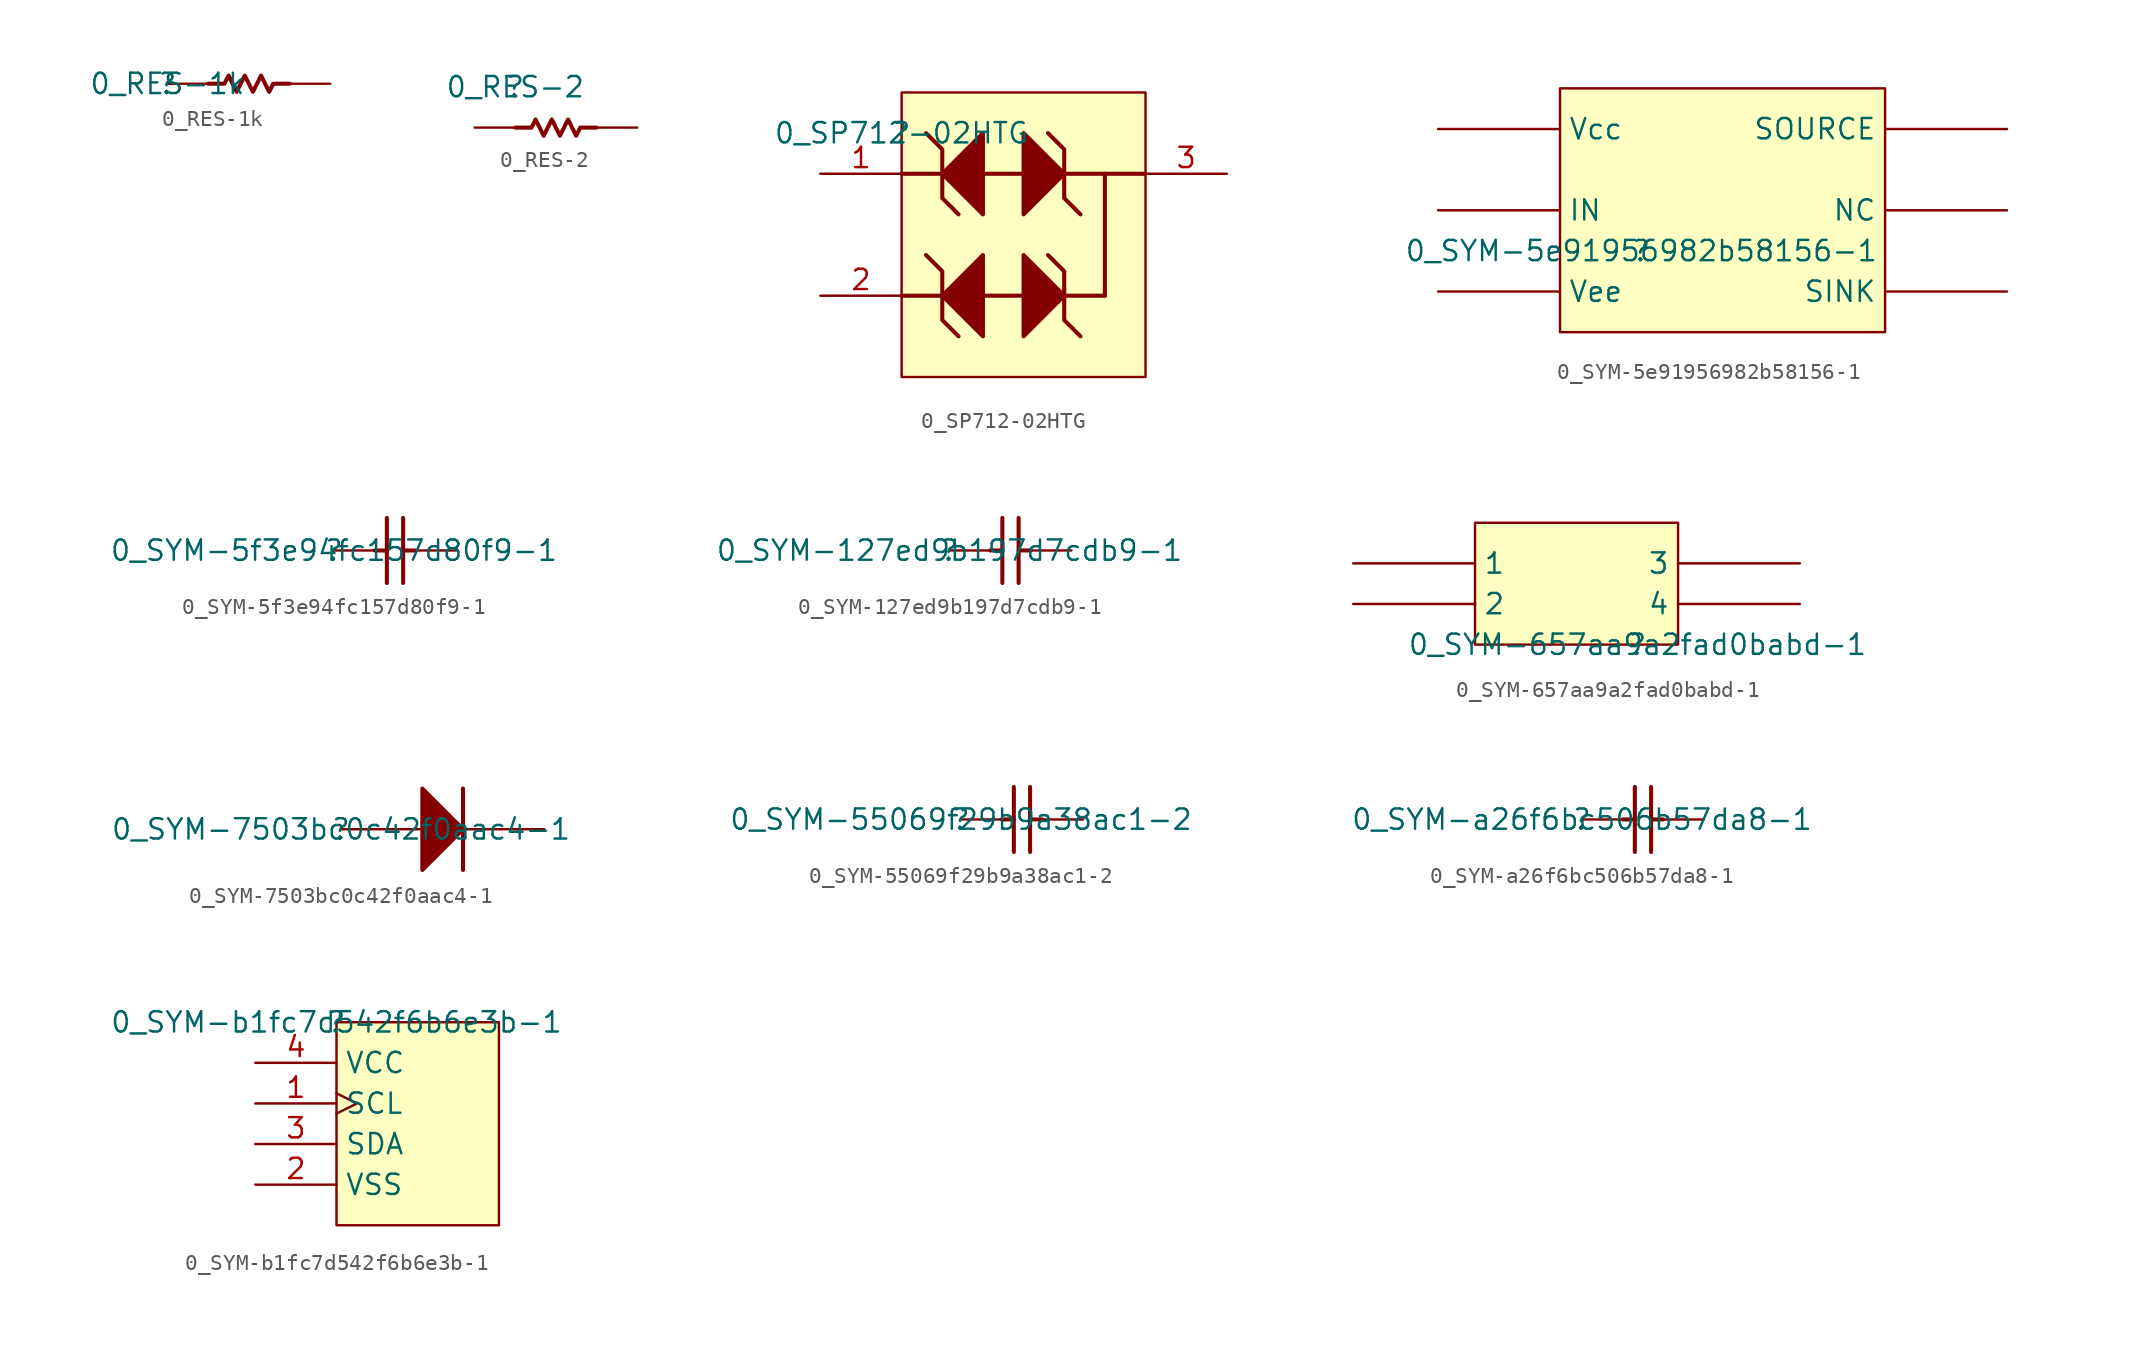
<source format=kicad_sym>
(kicad_symbol_lib
  (version 20211014)
  (generator kicad_symbol_editor)
  (symbol "0_RES-1k"
    (property "Reference" ""
      (at 0 0 0)
      (effects (font (size 1.27 1.27))))
    (property "Value" "0_RES-1k"
      (at 0 0 0)
      (effects (font (size 1.27 1.27))))
    (symbol "0_RES-1k_1_0"
      (polyline (pts (xy 7.62 0) (xy 6.604 0) (xy 6.35 -0.508) (xy 5.842 0.508) (xy 5.334 -0.508) (xy 4.826 0.508) (xy 4.318 -0.508) (xy 3.81 0.508) (xy 3.556 0) (xy 2.54 0)) (stroke (width 0.254) (type default) (color 0 0 0 0)) (fill (type none)))
      (pin passive line (at 0 0 0) (length 2.54) (name "1" (effects (font (size 0 0)))) (number "1" (effects (font (size 0 0)))))
      (pin passive line (at 10.16 0 180) (length 2.54) (name "2" (effects (font (size 0 0)))) (number "2" (effects (font (size 0 0)))))))
  (symbol "0_RES-2"
    (property "Reference" ""
      (at 0 0 0)
      (effects (font (size 1.27 1.27))))
    (property "Value" "0_RES-2"
      (at 0 0 0)
      (effects (font (size 1.27 1.27))))
    (symbol "0_RES-2_1_0"
      (polyline (pts (xy 5.08 -2.54) (xy 4.064 -2.54) (xy 3.81 -3.048) (xy 3.302 -2.032) (xy 2.794 -3.048) (xy 2.286 -2.032) (xy 1.778 -3.048) (xy 1.27 -2.032) (xy 1.016 -2.54) (xy 0 -2.54)) (stroke (width 0.254) (type default) (color 0 0 0 0)) (fill (type none)))
      (pin passive line (at -2.54 -2.54 0) (length 2.54) (name "1" (effects (font (size 0 0)))) (number "1" (effects (font (size 0 0)))))
      (pin passive line (at 7.62 -2.54 180) (length 2.54) (name "2" (effects (font (size 0 0)))) (number "2" (effects (font (size 0 0)))))))
  (symbol "0_SP712-02HTG"
    (property "Reference" ""
      (at 0 0 0)
      (effects (font (size 1.27 1.27))))
    (property "Value" "0_SP712-02HTG"
      (at 0 0 0)
      (effects (font (size 1.27 1.27))))
    (symbol "0_SP712-02HTG_1_0"
      (polyline (pts (xy 0 -10.16) (xy 2.54 -10.16)) (stroke (width 0.254) (type default) (color 0 0 0 0)) (fill (type none)))
      (polyline (pts (xy 0 -2.54) (xy 2.54 -2.54)) (stroke (width 0.254) (type default) (color 0 0 0 0)) (fill (type none)))
      (polyline (pts (xy 5.08 -10.16) (xy 7.62 -10.16)) (stroke (width 0.254) (type default) (color 0 0 0 0)) (fill (type none)))
      (polyline (pts (xy 5.08 -2.54) (xy 7.62 -2.54)) (stroke (width 0.254) (type default) (color 0 0 0 0)) (fill (type none)))
      (polyline (pts (xy 10.16 -10.16) (xy 12.7 -10.16)) (stroke (width 0.254) (type default) (color 0 0 0 0)) (fill (type none)))
      (polyline (pts (xy 10.16 -2.54) (xy 15.24 -2.54)) (stroke (width 0.254) (type default) (color 0 0 0 0)) (fill (type none)))
      (polyline (pts (xy 12.7 -10.16) (xy 12.7 -2.54)) (stroke (width 0.254) (type default) (color 0 0 0 0)) (fill (type none)))
      (polyline (pts (xy 3.556 -12.7) (xy 2.54 -11.684) (xy 2.54 -8.636) (xy 1.524 -7.62)) (stroke (width 0.254) (type default) (color 0 0 0 0)) (fill (type none)))
      (polyline (pts (xy 3.556 -5.08) (xy 2.54 -4.064) (xy 2.54 -1.016) (xy 1.524 0)) (stroke (width 0.254) (type default) (color 0 0 0 0)) (fill (type none)))
      (polyline (pts (xy 5.08 -12.7) (xy 2.54 -10.16) (xy 5.08 -7.62) (xy 5.08 -12.7)) (stroke (width 0.254) (type default) (color 0 0 0 0)) (fill (type outline)))
      (polyline (pts (xy 5.08 -5.08) (xy 2.54 -2.54) (xy 5.08 0) (xy 5.08 -5.08)) (stroke (width 0.254) (type default) (color 0 0 0 0)) (fill (type outline)))
      (polyline (pts (xy 7.62 -12.7) (xy 10.16 -10.16) (xy 7.62 -7.62) (xy 7.62 -12.7)) (stroke (width 0.254) (type default) (color 0 0 0 0)) (fill (type outline)))
      (polyline (pts (xy 7.62 -5.08) (xy 10.16 -2.54) (xy 7.62 0) (xy 7.62 -5.08)) (stroke (width 0.254) (type default) (color 0 0 0 0)) (fill (type outline)))
      (polyline (pts (xy 11.176 -12.7) (xy 10.16 -11.684) (xy 10.16 -8.636) (xy 9.144 -7.62)) (stroke (width 0.254) (type default) (color 0 0 0 0)) (fill (type none)))
      (polyline (pts (xy 11.176 -5.08) (xy 10.16 -4.064) (xy 10.16 -1.016) (xy 9.144 0)) (stroke (width 0.254) (type default) (color 0 0 0 0)) (fill (type none)))
      (rectangle (start 15.24 2.54) (end 0 -15.24) (stroke (width 0) (type default) (color 0 0 0 0)) (fill (type background)))
      (pin passive line (at -5.08 -2.54 0) (length 5.08) (name "A1" (effects (font (size 0 0)))) (number "1" (effects (font (size 1.27 1.27)))))
      (pin passive line (at -5.08 -10.16 0) (length 5.08) (name "A1" (effects (font (size 0 0)))) (number "2" (effects (font (size 1.27 1.27)))))
      (pin passive line (at 20.32 -2.54 180) (length 5.08) (name "A2" (effects (font (size 0 0)))) (number "3" (effects (font (size 1.27 1.27)))))))
  (symbol "0_SYM-5e91956982b58156-1"
    (property "Reference" ""
      (at 0 0 0)
      (effects (font (size 1.27 1.27))))
    (property "Value" "0_SYM-5e91956982b58156-1"
      (at 0 0 0)
      (effects (font (size 1.27 1.27))))
    (symbol "0_SYM-5e91956982b58156-1_1_0"
      (rectangle (start 15.24 10.16) (end -5.08 -5.08) (stroke (width 0) (type default) (color 0 0 0 0)) (fill (type background)))
      (pin passive line (at -12.7 7.62 0) (length 7.62) (name "Vcc" (effects (font (size 1.27 1.27)))) (number "1" (effects (font (size 0 0)))))
      (pin passive line (at -12.7 2.54 0) (length 7.62) (name "IN" (effects (font (size 1.27 1.27)))) (number "2" (effects (font (size 0 0)))))
      (pin passive line (at -12.7 -2.54 0) (length 7.62) (name "Vee" (effects (font (size 1.27 1.27)))) (number "3" (effects (font (size 0 0)))))
      (pin passive line (at 22.86 7.62 180) (length 7.62) (name "SOURCE" (effects (font (size 1.27 1.27)))) (number "4" (effects (font (size 0 0)))))
      (pin passive line (at 22.86 2.54 180) (length 7.62) (name "NC" (effects (font (size 1.27 1.27)))) (number "5" (effects (font (size 0 0)))))
      (pin passive line (at 22.86 -2.54 180) (length 7.62) (name "SINK" (effects (font (size 1.27 1.27)))) (number "6" (effects (font (size 0 0)))))))
  (symbol "0_SYM-5f3e94fc157d80f9-1"
    (property "Reference" ""
      (at 0 0 0)
      (effects (font (size 1.27 1.27))))
    (property "Value" "0_SYM-5f3e94fc157d80f9-1"
      (at 0 0 0)
      (effects (font (size 1.27 1.27))))
    (symbol "0_SYM-5f3e94fc157d80f9-1_1_0"
      (polyline (pts (xy 2.54 0) (xy 3.302 0)) (stroke (width 0.254) (type default) (color 0 0 0 0)) (fill (type none)))
      (polyline (pts (xy 3.302 -2.032) (xy 3.302 2.032)) (stroke (width 0.254) (type default) (color 0 0 0 0)) (fill (type none)))
      (polyline (pts (xy 4.318 2.032) (xy 4.318 -2.032)) (stroke (width 0.254) (type default) (color 0 0 0 0)) (fill (type none)))
      (polyline (pts (xy 5.08 0) (xy 4.318 0)) (stroke (width 0.254) (type default) (color 0 0 0 0)) (fill (type none)))
      (pin passive line (at 0 0 0) (length 2.54) (name "1" (effects (font (size 0 0)))) (number "1" (effects (font (size 0 0)))))
      (pin passive line (at 7.62 0 180) (length 2.54) (name "2" (effects (font (size 0 0)))) (number "2" (effects (font (size 0 0)))))))
  (symbol "0_SYM-127ed9b197d7cdb9-1"
    (property "Reference" ""
      (at 0 0 0)
      (effects (font (size 1.27 1.27))))
    (property "Value" "0_SYM-127ed9b197d7cdb9-1"
      (at 0 0 0)
      (effects (font (size 1.27 1.27))))
    (symbol "0_SYM-127ed9b197d7cdb9-1_1_0"
      (polyline (pts (xy 2.54 0) (xy 3.302 0)) (stroke (width 0.254) (type default) (color 0 0 0 0)) (fill (type none)))
      (polyline (pts (xy 3.302 -2.032) (xy 3.302 2.032)) (stroke (width 0.254) (type default) (color 0 0 0 0)) (fill (type none)))
      (polyline (pts (xy 4.318 2.032) (xy 4.318 -2.032)) (stroke (width 0.254) (type default) (color 0 0 0 0)) (fill (type none)))
      (polyline (pts (xy 5.08 0) (xy 4.318 0)) (stroke (width 0.254) (type default) (color 0 0 0 0)) (fill (type none)))
      (pin passive line (at 0 0 0) (length 2.54) (name "1" (effects (font (size 0 0)))) (number "1" (effects (font (size 0 0)))))
      (pin passive line (at 7.62 0 180) (length 2.54) (name "2" (effects (font (size 0 0)))) (number "2" (effects (font (size 0 0)))))))
  (symbol "0_SYM-657aa9a2fad0babd-1"
    (property "Reference" ""
      (at 0 0 0)
      (effects (font (size 1.27 1.27))))
    (property "Value" "0_SYM-657aa9a2fad0babd-1"
      (at 0 0 0)
      (effects (font (size 1.27 1.27))))
    (symbol "0_SYM-657aa9a2fad0babd-1_1_0"
      (rectangle (start 2.54 7.62) (end -10.16 0) (stroke (width 0) (type default) (color 0 0 0 0)) (fill (type background)))
      (pin passive line (at -17.78 5.08 0) (length 7.62) (name "1" (effects (font (size 1.27 1.27)))) (number "1" (effects (font (size 0 0)))))
      (pin passive line (at -17.78 2.54 0) (length 7.62) (name "2" (effects (font (size 1.27 1.27)))) (number "2" (effects (font (size 0 0)))))
      (pin passive line (at 10.16 5.08 180) (length 7.62) (name "3" (effects (font (size 1.27 1.27)))) (number "3" (effects (font (size 0 0)))))
      (pin passive line (at 10.16 2.54 180) (length 7.62) (name "4" (effects (font (size 1.27 1.27)))) (number "4" (effects (font (size 0 0)))))))
  (symbol "0_SYM-7503bc0c42f0aac4-1"
    (property "Reference" ""
      (at 0 0 0)
      (effects (font (size 1.27 1.27))))
    (property "Value" "0_SYM-7503bc0c42f0aac4-1"
      (at 0 0 0)
      (effects (font (size 1.27 1.27))))
    (symbol "0_SYM-7503bc0c42f0aac4-1_1_0"
      (polyline (pts (xy 7.62 2.54) (xy 7.62 -2.54)) (stroke (width 0.254) (type default) (color 0 0 0 0)) (fill (type none)))
      (polyline (pts (xy 5.08 -2.54) (xy 7.62 0) (xy 5.08 2.54) (xy 5.08 -2.54)) (stroke (width 0.254) (type default) (color 0 0 0 0)) (fill (type outline)))
      (pin passive line (at 12.7 0 180) (length 5.08) (name "K" (effects (font (size 0 0)))) (number "1" (effects (font (size 0 0)))))
      (pin passive line (at 0 0 0) (length 5.08) (name "A" (effects (font (size 0 0)))) (number "2" (effects (font (size 0 0)))))))
  (symbol "0_SYM-55069f29b9a38ac1-2"
    (property "Reference" ""
      (at 0 0 0)
      (effects (font (size 1.27 1.27))))
    (property "Value" "0_SYM-55069f29b9a38ac1-2"
      (at 0 0 0)
      (effects (font (size 1.27 1.27))))
    (symbol "0_SYM-55069f29b9a38ac1-2_1_0"
      (polyline (pts (xy 2.54 0) (xy 3.302 0)) (stroke (width 0.254) (type default) (color 0 0 0 0)) (fill (type none)))
      (polyline (pts (xy 3.302 -2.032) (xy 3.302 2.032)) (stroke (width 0.254) (type default) (color 0 0 0 0)) (fill (type none)))
      (polyline (pts (xy 4.318 2.032) (xy 4.318 -2.032)) (stroke (width 0.254) (type default) (color 0 0 0 0)) (fill (type none)))
      (polyline (pts (xy 5.08 0) (xy 4.318 0)) (stroke (width 0.254) (type default) (color 0 0 0 0)) (fill (type none)))
      (pin passive line (at 0 0 0) (length 2.54) (name "1" (effects (font (size 0 0)))) (number "1" (effects (font (size 0 0)))))
      (pin passive line (at 7.62 0 180) (length 2.54) (name "2" (effects (font (size 0 0)))) (number "2" (effects (font (size 0 0)))))))
  (symbol "0_SYM-a26f6bc506b57da8-1"
    (property "Reference" ""
      (at 0 0 0)
      (effects (font (size 1.27 1.27))))
    (property "Value" "0_SYM-a26f6bc506b57da8-1"
      (at 0 0 0)
      (effects (font (size 1.27 1.27))))
    (symbol "0_SYM-a26f6bc506b57da8-1_1_0"
      (polyline (pts (xy 2.54 0) (xy 3.302 0)) (stroke (width 0.254) (type default) (color 0 0 0 0)) (fill (type none)))
      (polyline (pts (xy 3.302 -2.032) (xy 3.302 2.032)) (stroke (width 0.254) (type default) (color 0 0 0 0)) (fill (type none)))
      (polyline (pts (xy 4.318 2.032) (xy 4.318 -2.032)) (stroke (width 0.254) (type default) (color 0 0 0 0)) (fill (type none)))
      (polyline (pts (xy 5.08 0) (xy 4.318 0)) (stroke (width 0.254) (type default) (color 0 0 0 0)) (fill (type none)))
      (pin passive line (at 0 0 0) (length 2.54) (name "1" (effects (font (size 0 0)))) (number "1" (effects (font (size 0 0)))))
      (pin passive line (at 7.62 0 180) (length 2.54) (name "2" (effects (font (size 0 0)))) (number "2" (effects (font (size 0 0)))))))
  (symbol "0_SYM-b1fc7d542f6b6e3b-1"
    (property "Reference" ""
      (at 0 0 0)
      (effects (font (size 1.27 1.27))))
    (property "Value" "0_SYM-b1fc7d542f6b6e3b-1"
      (at 0 0 0)
      (effects (font (size 1.27 1.27))))
    (symbol "0_SYM-b1fc7d542f6b6e3b-1_1_0"
      (rectangle (start 10.16 0) (end 0 -12.7) (stroke (width 0) (type default) (color 0 0 0 0)) (fill (type background)))
      (pin input clock (at -5.08 -5.08 0) (length 5.08) (name "SCL" (effects (font (size 1.27 1.27)))) (number "1" (effects (font (size 1.27 1.27)))))
      (pin power_in line (at -5.08 -10.16 0) (length 5.08) (name "VSS" (effects (font (size 1.27 1.27)))) (number "2" (effects (font (size 1.27 1.27)))))
      (pin bidirectional line (at -5.08 -7.62 0) (length 5.08) (name "SDA" (effects (font (size 1.27 1.27)))) (number "3" (effects (font (size 1.27 1.27)))))
      (pin power_in line (at -5.08 -2.54 0) (length 5.08) (name "VCC" (effects (font (size 1.27 1.27)))) (number "4" (effects (font (size 1.27 1.27))))))))
</source>
